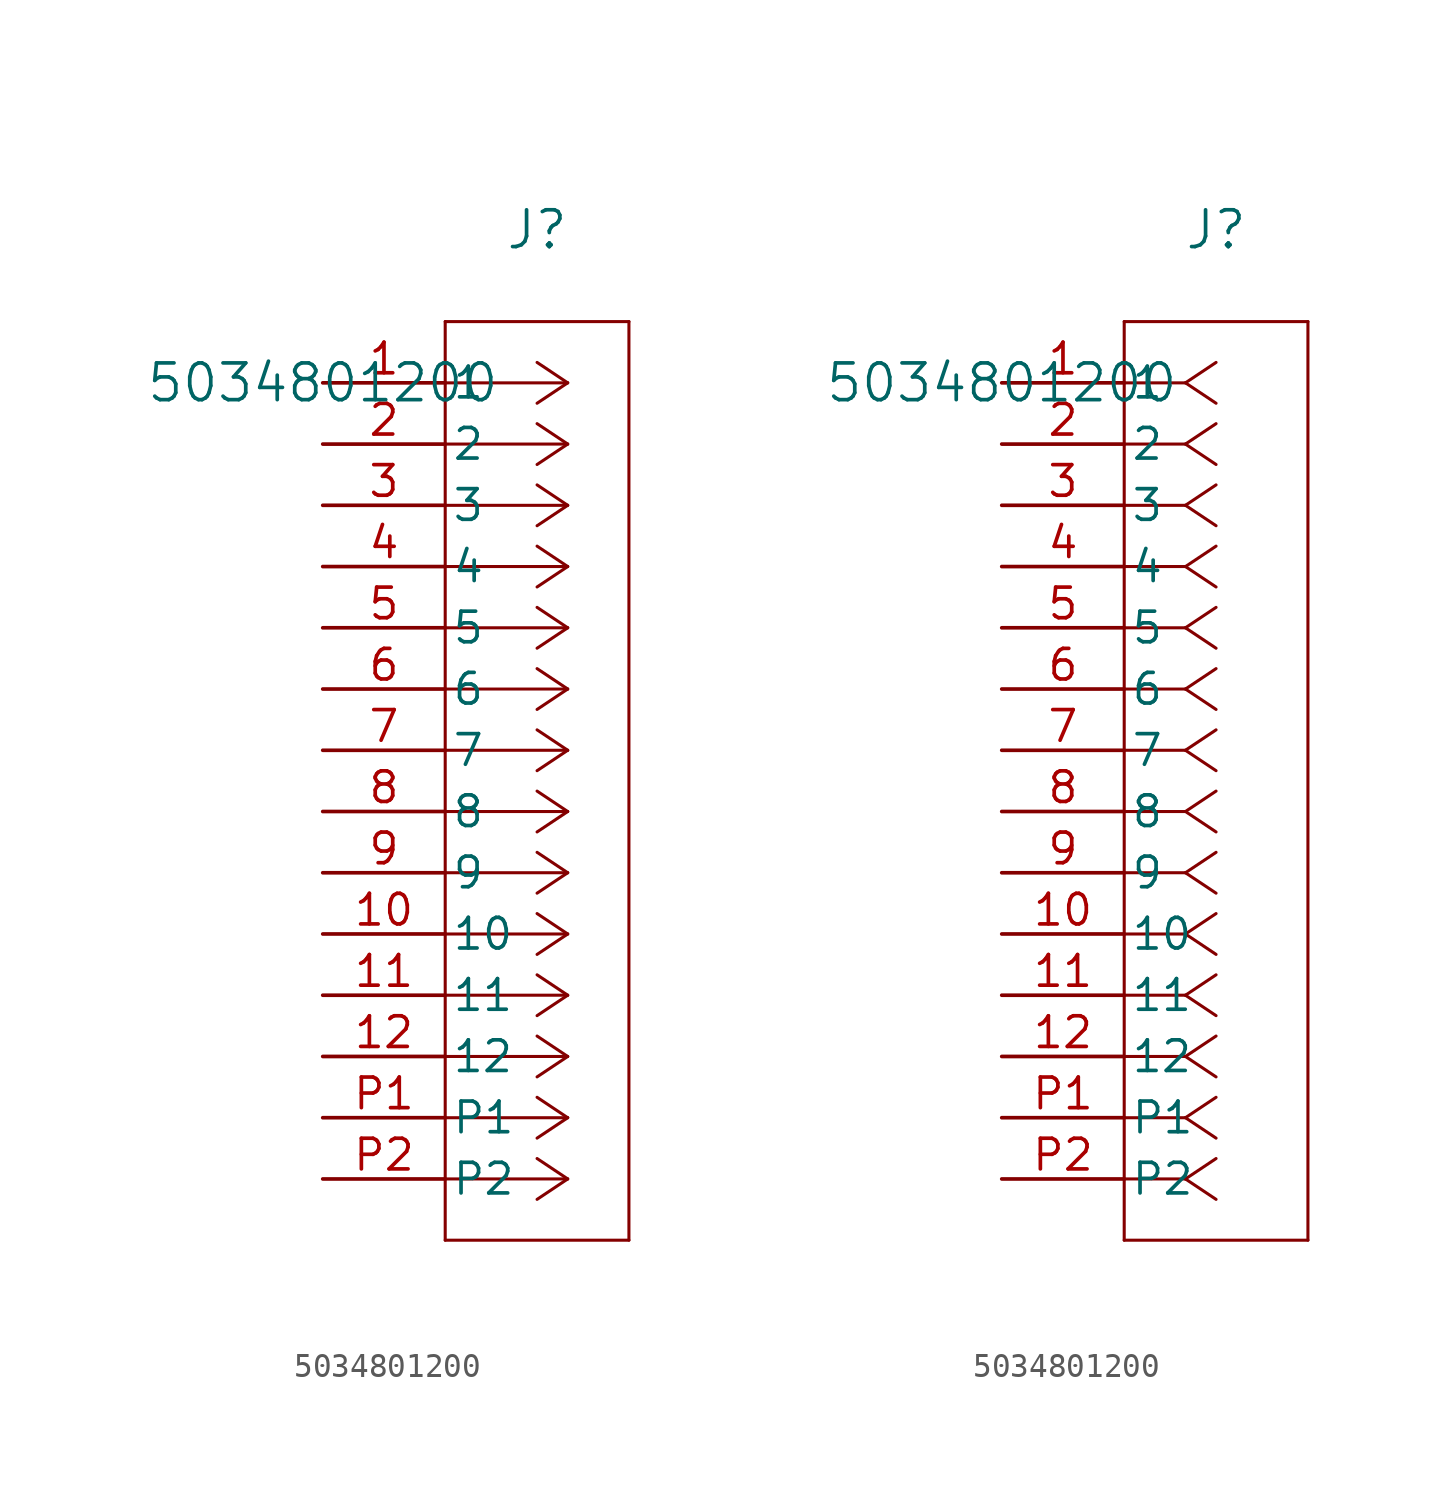
<source format=kicad_sym>
(kicad_symbol_lib
  (version 20231120)
  (generator "kicad_symbol_editor")
  (generator_version "8.99")
  (symbol "5034801200"
    (pin_names
      (offset 0.254))
    (property "Reference" "J"
      (at 8.89 6.35 0)
      (effects (font (size 1.524 1.524))))
    (property "Value" "5034801200"
      (at 0 0 0)
      (effects (font (size 1.524 1.524))))
    (symbol "5034801200_1_1"
      (polyline (pts (xy 5.08 -35.56) (xy 12.7 -35.56)) (stroke (width 0.127) (type default)) (fill (type none)))
      (polyline (pts (xy 5.08 2.54) (xy 5.08 -35.56)) (stroke (width 0.127) (type default)) (fill (type none)))
      (polyline (pts (xy 10.16 -33.02) (xy 5.08 -33.02)) (stroke (width 0.127) (type default)) (fill (type none)))
      (polyline (pts (xy 10.16 -33.02) (xy 8.89 -33.867)) (stroke (width 0.127) (type default)) (fill (type none)))
      (polyline (pts (xy 10.16 -33.02) (xy 8.89 -32.173)) (stroke (width 0.127) (type default)) (fill (type none)))
      (polyline (pts (xy 10.16 -30.48) (xy 5.08 -30.48)) (stroke (width 0.127) (type default)) (fill (type none)))
      (polyline (pts (xy 10.16 -30.48) (xy 8.89 -31.327)) (stroke (width 0.127) (type default)) (fill (type none)))
      (polyline (pts (xy 10.16 -30.48) (xy 8.89 -29.633)) (stroke (width 0.127) (type default)) (fill (type none)))
      (polyline (pts (xy 10.16 -27.94) (xy 5.08 -27.94)) (stroke (width 0.127) (type default)) (fill (type none)))
      (polyline (pts (xy 10.16 -27.94) (xy 8.89 -28.787)) (stroke (width 0.127) (type default)) (fill (type none)))
      (polyline (pts (xy 10.16 -27.94) (xy 8.89 -27.093)) (stroke (width 0.127) (type default)) (fill (type none)))
      (polyline (pts (xy 10.16 -25.4) (xy 5.08 -25.4)) (stroke (width 0.127) (type default)) (fill (type none)))
      (polyline (pts (xy 10.16 -25.4) (xy 8.89 -26.247)) (stroke (width 0.127) (type default)) (fill (type none)))
      (polyline (pts (xy 10.16 -25.4) (xy 8.89 -24.553)) (stroke (width 0.127) (type default)) (fill (type none)))
      (polyline (pts (xy 10.16 -22.86) (xy 5.08 -22.86)) (stroke (width 0.127) (type default)) (fill (type none)))
      (polyline (pts (xy 10.16 -22.86) (xy 8.89 -23.707)) (stroke (width 0.127) (type default)) (fill (type none)))
      (polyline (pts (xy 10.16 -22.86) (xy 8.89 -22.013)) (stroke (width 0.127) (type default)) (fill (type none)))
      (polyline (pts (xy 10.16 -20.32) (xy 5.08 -20.32)) (stroke (width 0.127) (type default)) (fill (type none)))
      (polyline (pts (xy 10.16 -20.32) (xy 8.89 -21.167)) (stroke (width 0.127) (type default)) (fill (type none)))
      (polyline (pts (xy 10.16 -20.32) (xy 8.89 -19.473)) (stroke (width 0.127) (type default)) (fill (type none)))
      (polyline (pts (xy 10.16 -17.78) (xy 5.08 -17.78)) (stroke (width 0.127) (type default)) (fill (type none)))
      (polyline (pts (xy 10.16 -17.78) (xy 8.89 -18.627)) (stroke (width 0.127) (type default)) (fill (type none)))
      (polyline (pts (xy 10.16 -17.78) (xy 8.89 -16.933)) (stroke (width 0.127) (type default)) (fill (type none)))
      (polyline (pts (xy 10.16 -15.24) (xy 5.08 -15.24)) (stroke (width 0.127) (type default)) (fill (type none)))
      (polyline (pts (xy 10.16 -15.24) (xy 8.89 -16.087)) (stroke (width 0.127) (type default)) (fill (type none)))
      (polyline (pts (xy 10.16 -15.24) (xy 8.89 -14.393)) (stroke (width 0.127) (type default)) (fill (type none)))
      (polyline (pts (xy 10.16 -12.7) (xy 5.08 -12.7)) (stroke (width 0.127) (type default)) (fill (type none)))
      (polyline (pts (xy 10.16 -12.7) (xy 8.89 -13.547)) (stroke (width 0.127) (type default)) (fill (type none)))
      (polyline (pts (xy 10.16 -12.7) (xy 8.89 -11.853)) (stroke (width 0.127) (type default)) (fill (type none)))
      (polyline (pts (xy 10.16 -10.16) (xy 5.08 -10.16)) (stroke (width 0.127) (type default)) (fill (type none)))
      (polyline (pts (xy 10.16 -10.16) (xy 8.89 -11.007)) (stroke (width 0.127) (type default)) (fill (type none)))
      (polyline (pts (xy 10.16 -10.16) (xy 8.89 -9.313)) (stroke (width 0.127) (type default)) (fill (type none)))
      (polyline (pts (xy 10.16 -7.62) (xy 5.08 -7.62)) (stroke (width 0.127) (type default)) (fill (type none)))
      (polyline (pts (xy 10.16 -7.62) (xy 8.89 -8.467)) (stroke (width 0.127) (type default)) (fill (type none)))
      (polyline (pts (xy 10.16 -7.62) (xy 8.89 -6.773)) (stroke (width 0.127) (type default)) (fill (type none)))
      (polyline (pts (xy 10.16 -5.08) (xy 5.08 -5.08)) (stroke (width 0.127) (type default)) (fill (type none)))
      (polyline (pts (xy 10.16 -5.08) (xy 8.89 -5.927)) (stroke (width 0.127) (type default)) (fill (type none)))
      (polyline (pts (xy 10.16 -5.08) (xy 8.89 -4.233)) (stroke (width 0.127) (type default)) (fill (type none)))
      (polyline (pts (xy 10.16 -2.54) (xy 5.08 -2.54)) (stroke (width 0.127) (type default)) (fill (type none)))
      (polyline (pts (xy 10.16 -2.54) (xy 8.89 -3.387)) (stroke (width 0.127) (type default)) (fill (type none)))
      (polyline (pts (xy 10.16 -2.54) (xy 8.89 -1.693)) (stroke (width 0.127) (type default)) (fill (type none)))
      (polyline (pts (xy 10.16 0) (xy 5.08 0)) (stroke (width 0.127) (type default)) (fill (type none)))
      (polyline (pts (xy 10.16 0) (xy 8.89 -0.847)) (stroke (width 0.127) (type default)) (fill (type none)))
      (polyline (pts (xy 10.16 0) (xy 8.89 0.847)) (stroke (width 0.127) (type default)) (fill (type none)))
      (polyline (pts (xy 12.7 -35.56) (xy 12.7 2.54)) (stroke (width 0.127) (type default)) (fill (type none)))
      (polyline (pts (xy 12.7 2.54) (xy 5.08 2.54)) (stroke (width 0.127) (type default)) (fill (type none)))
      (pin unspecified line (at 0 0 0) (length 5.08) (name "1" (effects (font (size 1.27 1.27)))) (number "1" (effects (font (size 1.27 1.27)))))
      (pin unspecified line (at 0 -22.86 0) (length 5.08) (name "10" (effects (font (size 1.27 1.27)))) (number "10" (effects (font (size 1.27 1.27)))))
      (pin unspecified line (at 0 -25.4 0) (length 5.08) (name "11" (effects (font (size 1.27 1.27)))) (number "11" (effects (font (size 1.27 1.27)))))
      (pin unspecified line (at 0 -27.94 0) (length 5.08) (name "12" (effects (font (size 1.27 1.27)))) (number "12" (effects (font (size 1.27 1.27)))))
      (pin unspecified line (at 0 -2.54 0) (length 5.08) (name "2" (effects (font (size 1.27 1.27)))) (number "2" (effects (font (size 1.27 1.27)))))
      (pin unspecified line (at 0 -5.08 0) (length 5.08) (name "3" (effects (font (size 1.27 1.27)))) (number "3" (effects (font (size 1.27 1.27)))))
      (pin unspecified line (at 0 -7.62 0) (length 5.08) (name "4" (effects (font (size 1.27 1.27)))) (number "4" (effects (font (size 1.27 1.27)))))
      (pin unspecified line (at 0 -10.16 0) (length 5.08) (name "5" (effects (font (size 1.27 1.27)))) (number "5" (effects (font (size 1.27 1.27)))))
      (pin unspecified line (at 0 -12.7 0) (length 5.08) (name "6" (effects (font (size 1.27 1.27)))) (number "6" (effects (font (size 1.27 1.27)))))
      (pin unspecified line (at 0 -15.24 0) (length 5.08) (name "7" (effects (font (size 1.27 1.27)))) (number "7" (effects (font (size 1.27 1.27)))))
      (pin unspecified line (at 0 -17.78 0) (length 5.08) (name "8" (effects (font (size 1.27 1.27)))) (number "8" (effects (font (size 1.27 1.27)))))
      (pin unspecified line (at 0 -20.32 0) (length 5.08) (name "9" (effects (font (size 1.27 1.27)))) (number "9" (effects (font (size 1.27 1.27)))))
      (pin unspecified line (at 0 -30.48 0) (length 5.08) (name "P1" (effects (font (size 1.27 1.27)))) (number "P1" (effects (font (size 1.27 1.27)))))
      (pin unspecified line (at 0 -33.02 0) (length 5.08) (name "P2" (effects (font (size 1.27 1.27)))) (number "P2" (effects (font (size 1.27 1.27))))))
    (symbol "5034801200_1_2"
      (polyline (pts (xy 5.08 -35.56) (xy 12.7 -35.56)) (stroke (width 0.127) (type default)) (fill (type none)))
      (polyline (pts (xy 5.08 2.54) (xy 5.08 -35.56)) (stroke (width 0.127) (type default)) (fill (type none)))
      (polyline (pts (xy 7.62 -33.02) (xy 5.08 -33.02)) (stroke (width 0.127) (type default)) (fill (type none)))
      (polyline (pts (xy 7.62 -33.02) (xy 8.89 -33.867)) (stroke (width 0.127) (type default)) (fill (type none)))
      (polyline (pts (xy 7.62 -33.02) (xy 8.89 -32.173)) (stroke (width 0.127) (type default)) (fill (type none)))
      (polyline (pts (xy 7.62 -30.48) (xy 5.08 -30.48)) (stroke (width 0.127) (type default)) (fill (type none)))
      (polyline (pts (xy 7.62 -30.48) (xy 8.89 -31.327)) (stroke (width 0.127) (type default)) (fill (type none)))
      (polyline (pts (xy 7.62 -30.48) (xy 8.89 -29.633)) (stroke (width 0.127) (type default)) (fill (type none)))
      (polyline (pts (xy 7.62 -27.94) (xy 5.08 -27.94)) (stroke (width 0.127) (type default)) (fill (type none)))
      (polyline (pts (xy 7.62 -27.94) (xy 8.89 -28.787)) (stroke (width 0.127) (type default)) (fill (type none)))
      (polyline (pts (xy 7.62 -27.94) (xy 8.89 -27.093)) (stroke (width 0.127) (type default)) (fill (type none)))
      (polyline (pts (xy 7.62 -25.4) (xy 5.08 -25.4)) (stroke (width 0.127) (type default)) (fill (type none)))
      (polyline (pts (xy 7.62 -25.4) (xy 8.89 -26.247)) (stroke (width 0.127) (type default)) (fill (type none)))
      (polyline (pts (xy 7.62 -25.4) (xy 8.89 -24.553)) (stroke (width 0.127) (type default)) (fill (type none)))
      (polyline (pts (xy 7.62 -22.86) (xy 5.08 -22.86)) (stroke (width 0.127) (type default)) (fill (type none)))
      (polyline (pts (xy 7.62 -22.86) (xy 8.89 -23.707)) (stroke (width 0.127) (type default)) (fill (type none)))
      (polyline (pts (xy 7.62 -22.86) (xy 8.89 -22.013)) (stroke (width 0.127) (type default)) (fill (type none)))
      (polyline (pts (xy 7.62 -20.32) (xy 5.08 -20.32)) (stroke (width 0.127) (type default)) (fill (type none)))
      (polyline (pts (xy 7.62 -20.32) (xy 8.89 -21.167)) (stroke (width 0.127) (type default)) (fill (type none)))
      (polyline (pts (xy 7.62 -20.32) (xy 8.89 -19.473)) (stroke (width 0.127) (type default)) (fill (type none)))
      (polyline (pts (xy 7.62 -17.78) (xy 5.08 -17.78)) (stroke (width 0.127) (type default)) (fill (type none)))
      (polyline (pts (xy 7.62 -17.78) (xy 8.89 -18.627)) (stroke (width 0.127) (type default)) (fill (type none)))
      (polyline (pts (xy 7.62 -17.78) (xy 8.89 -16.933)) (stroke (width 0.127) (type default)) (fill (type none)))
      (polyline (pts (xy 7.62 -15.24) (xy 5.08 -15.24)) (stroke (width 0.127) (type default)) (fill (type none)))
      (polyline (pts (xy 7.62 -15.24) (xy 8.89 -16.087)) (stroke (width 0.127) (type default)) (fill (type none)))
      (polyline (pts (xy 7.62 -15.24) (xy 8.89 -14.393)) (stroke (width 0.127) (type default)) (fill (type none)))
      (polyline (pts (xy 7.62 -12.7) (xy 5.08 -12.7)) (stroke (width 0.127) (type default)) (fill (type none)))
      (polyline (pts (xy 7.62 -12.7) (xy 8.89 -13.547)) (stroke (width 0.127) (type default)) (fill (type none)))
      (polyline (pts (xy 7.62 -12.7) (xy 8.89 -11.853)) (stroke (width 0.127) (type default)) (fill (type none)))
      (polyline (pts (xy 7.62 -10.16) (xy 5.08 -10.16)) (stroke (width 0.127) (type default)) (fill (type none)))
      (polyline (pts (xy 7.62 -10.16) (xy 8.89 -11.007)) (stroke (width 0.127) (type default)) (fill (type none)))
      (polyline (pts (xy 7.62 -10.16) (xy 8.89 -9.313)) (stroke (width 0.127) (type default)) (fill (type none)))
      (polyline (pts (xy 7.62 -7.62) (xy 5.08 -7.62)) (stroke (width 0.127) (type default)) (fill (type none)))
      (polyline (pts (xy 7.62 -7.62) (xy 8.89 -8.467)) (stroke (width 0.127) (type default)) (fill (type none)))
      (polyline (pts (xy 7.62 -7.62) (xy 8.89 -6.773)) (stroke (width 0.127) (type default)) (fill (type none)))
      (polyline (pts (xy 7.62 -5.08) (xy 5.08 -5.08)) (stroke (width 0.127) (type default)) (fill (type none)))
      (polyline (pts (xy 7.62 -5.08) (xy 8.89 -5.927)) (stroke (width 0.127) (type default)) (fill (type none)))
      (polyline (pts (xy 7.62 -5.08) (xy 8.89 -4.233)) (stroke (width 0.127) (type default)) (fill (type none)))
      (polyline (pts (xy 7.62 -2.54) (xy 5.08 -2.54)) (stroke (width 0.127) (type default)) (fill (type none)))
      (polyline (pts (xy 7.62 -2.54) (xy 8.89 -3.387)) (stroke (width 0.127) (type default)) (fill (type none)))
      (polyline (pts (xy 7.62 -2.54) (xy 8.89 -1.693)) (stroke (width 0.127) (type default)) (fill (type none)))
      (polyline (pts (xy 7.62 0) (xy 5.08 0)) (stroke (width 0.127) (type default)) (fill (type none)))
      (polyline (pts (xy 7.62 0) (xy 8.89 -0.847)) (stroke (width 0.127) (type default)) (fill (type none)))
      (polyline (pts (xy 7.62 0) (xy 8.89 0.847)) (stroke (width 0.127) (type default)) (fill (type none)))
      (polyline (pts (xy 12.7 -35.56) (xy 12.7 2.54)) (stroke (width 0.127) (type default)) (fill (type none)))
      (polyline (pts (xy 12.7 2.54) (xy 5.08 2.54)) (stroke (width 0.127) (type default)) (fill (type none)))
      (pin unspecified line (at 0 0 0) (length 5.08) (name "1" (effects (font (size 1.27 1.27)))) (number "1" (effects (font (size 1.27 1.27)))))
      (pin unspecified line (at 0 -22.86 0) (length 5.08) (name "10" (effects (font (size 1.27 1.27)))) (number "10" (effects (font (size 1.27 1.27)))))
      (pin unspecified line (at 0 -25.4 0) (length 5.08) (name "11" (effects (font (size 1.27 1.27)))) (number "11" (effects (font (size 1.27 1.27)))))
      (pin unspecified line (at 0 -27.94 0) (length 5.08) (name "12" (effects (font (size 1.27 1.27)))) (number "12" (effects (font (size 1.27 1.27)))))
      (pin unspecified line (at 0 -2.54 0) (length 5.08) (name "2" (effects (font (size 1.27 1.27)))) (number "2" (effects (font (size 1.27 1.27)))))
      (pin unspecified line (at 0 -5.08 0) (length 5.08) (name "3" (effects (font (size 1.27 1.27)))) (number "3" (effects (font (size 1.27 1.27)))))
      (pin unspecified line (at 0 -7.62 0) (length 5.08) (name "4" (effects (font (size 1.27 1.27)))) (number "4" (effects (font (size 1.27 1.27)))))
      (pin unspecified line (at 0 -10.16 0) (length 5.08) (name "5" (effects (font (size 1.27 1.27)))) (number "5" (effects (font (size 1.27 1.27)))))
      (pin unspecified line (at 0 -12.7 0) (length 5.08) (name "6" (effects (font (size 1.27 1.27)))) (number "6" (effects (font (size 1.27 1.27)))))
      (pin unspecified line (at 0 -15.24 0) (length 5.08) (name "7" (effects (font (size 1.27 1.27)))) (number "7" (effects (font (size 1.27 1.27)))))
      (pin unspecified line (at 0 -17.78 0) (length 5.08) (name "8" (effects (font (size 1.27 1.27)))) (number "8" (effects (font (size 1.27 1.27)))))
      (pin unspecified line (at 0 -20.32 0) (length 5.08) (name "9" (effects (font (size 1.27 1.27)))) (number "9" (effects (font (size 1.27 1.27)))))
      (pin unspecified line (at 0 -30.48 0) (length 5.08) (name "P1" (effects (font (size 1.27 1.27)))) (number "P1" (effects (font (size 1.27 1.27)))))
      (pin unspecified line (at 0 -33.02 0) (length 5.08) (name "P2" (effects (font (size 1.27 1.27)))) (number "P2" (effects (font (size 1.27 1.27))))))))
</source>
